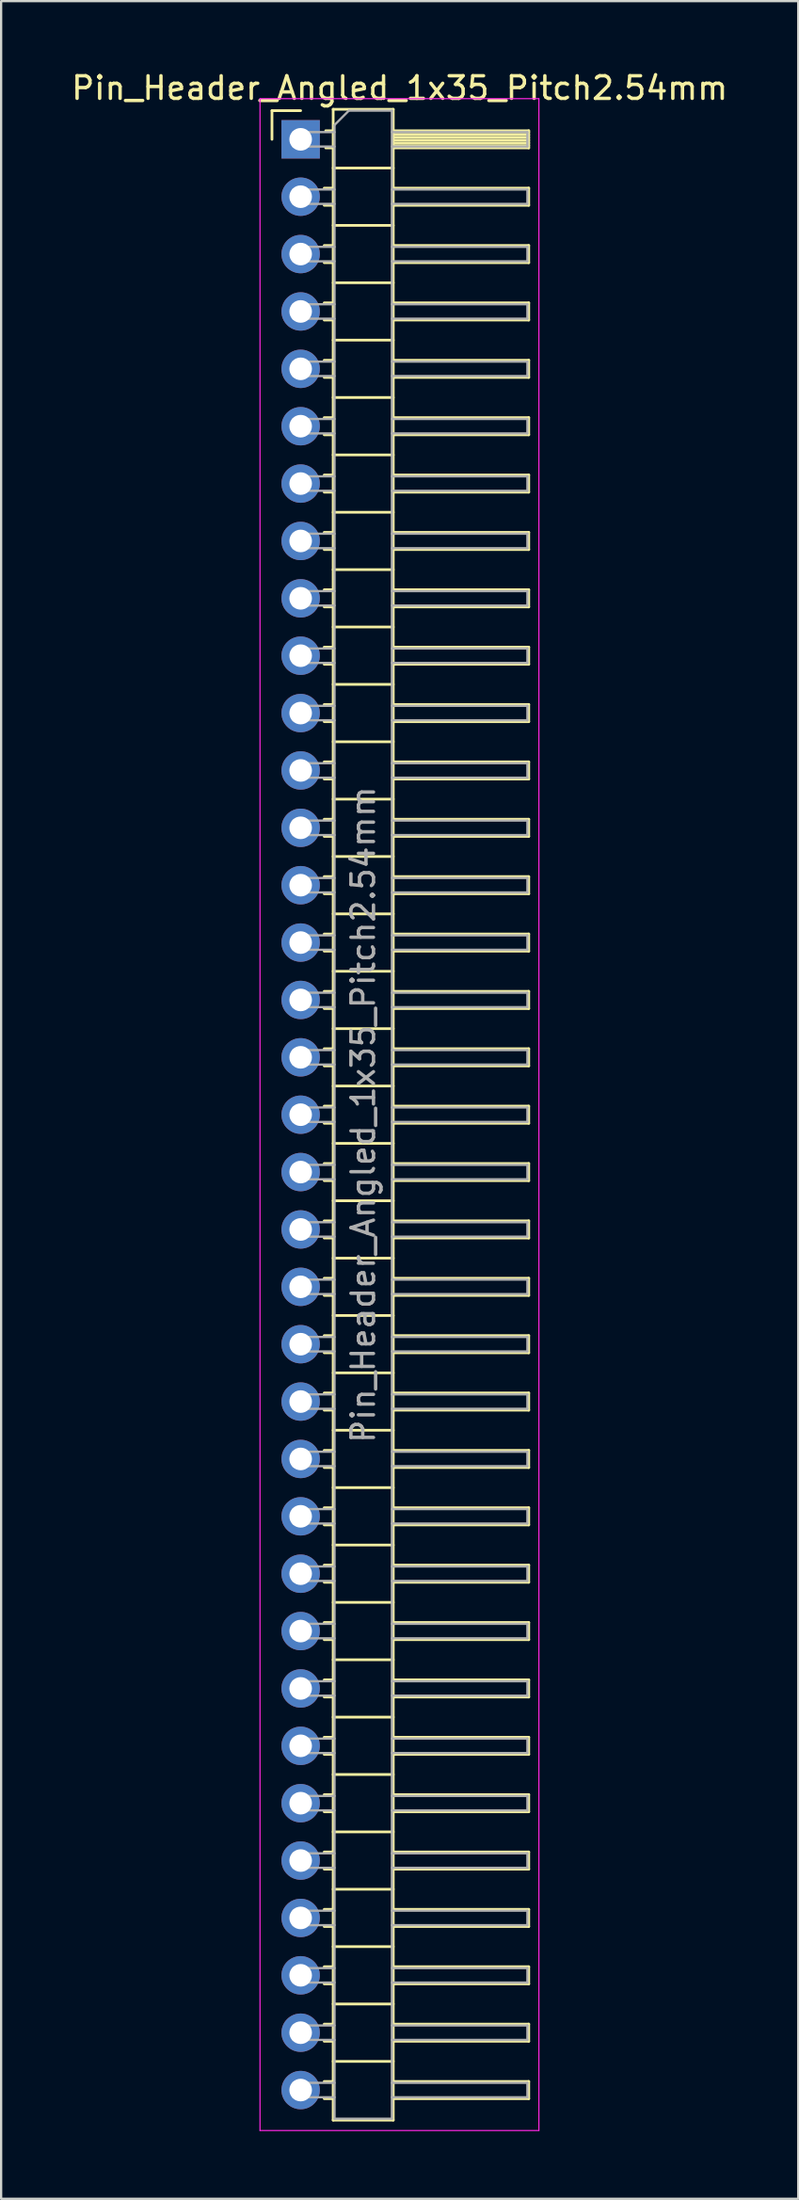
<source format=kicad_pcb>
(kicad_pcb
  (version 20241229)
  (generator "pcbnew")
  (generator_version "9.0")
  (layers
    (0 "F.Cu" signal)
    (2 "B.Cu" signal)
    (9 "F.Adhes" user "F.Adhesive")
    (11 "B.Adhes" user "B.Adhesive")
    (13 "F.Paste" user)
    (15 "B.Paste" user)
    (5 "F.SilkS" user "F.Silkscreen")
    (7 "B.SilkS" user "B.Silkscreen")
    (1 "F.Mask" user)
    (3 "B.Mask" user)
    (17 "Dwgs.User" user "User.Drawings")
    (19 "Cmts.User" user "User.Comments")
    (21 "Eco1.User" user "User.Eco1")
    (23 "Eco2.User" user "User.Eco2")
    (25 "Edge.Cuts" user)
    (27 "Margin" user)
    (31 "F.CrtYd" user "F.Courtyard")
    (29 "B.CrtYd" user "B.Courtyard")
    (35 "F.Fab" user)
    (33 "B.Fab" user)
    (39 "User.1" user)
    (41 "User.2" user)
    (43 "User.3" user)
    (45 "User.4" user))
  (footprint "Pin_Header_Angled_1x35_Pitch2.54mm"
    (layer "F.Cu")
    (at 10.264 3.118)
    (property "Reference" "Pin_Header_Angled_1x35_Pitch2.54mm" (at 4.385 -2.27 0) (layer "F.SilkS") (effects (font (size 1 1) (thickness 0.15))))
    (attr through_hole)
    (fp_line (start -1.27 -1.27) (end 0 -1.27) (stroke (width 0.12) (type solid)) (layer "F.SilkS"))
    (fp_line (start -1.27 0) (end -1.27 -1.27) (stroke (width 0.12) (type solid)) (layer "F.SilkS"))
    (fp_line (start 1.043 2.16) (end 1.44 2.16) (stroke (width 0.12) (type solid)) (layer "F.SilkS"))
    (fp_line (start 1.043 2.92) (end 1.44 2.92) (stroke (width 0.12) (type solid)) (layer "F.SilkS"))
    (fp_line (start 1.043 4.7) (end 1.44 4.7) (stroke (width 0.12) (type solid)) (layer "F.SilkS"))
    (fp_line (start 1.043 5.46) (end 1.44 5.46) (stroke (width 0.12) (type solid)) (layer "F.SilkS"))
    (fp_line (start 1.043 7.24) (end 1.44 7.24) (stroke (width 0.12) (type solid)) (layer "F.SilkS"))
    (fp_line (start 1.043 8) (end 1.44 8) (stroke (width 0.12) (type solid)) (layer "F.SilkS"))
    (fp_line (start 1.043 9.78) (end 1.44 9.78) (stroke (width 0.12) (type solid)) (layer "F.SilkS"))
    (fp_line (start 1.043 10.54) (end 1.44 10.54) (stroke (width 0.12) (type solid)) (layer "F.SilkS"))
    (fp_line (start 1.043 12.32) (end 1.44 12.32) (stroke (width 0.12) (type solid)) (layer "F.SilkS"))
    (fp_line (start 1.043 13.08) (end 1.44 13.08) (stroke (width 0.12) (type solid)) (layer "F.SilkS"))
    (fp_line (start 1.043 14.86) (end 1.44 14.86) (stroke (width 0.12) (type solid)) (layer "F.SilkS"))
    (fp_line (start 1.043 15.62) (end 1.44 15.62) (stroke (width 0.12) (type solid)) (layer "F.SilkS"))
    (fp_line (start 1.043 17.4) (end 1.44 17.4) (stroke (width 0.12) (type solid)) (layer "F.SilkS"))
    (fp_line (start 1.043 18.16) (end 1.44 18.16) (stroke (width 0.12) (type solid)) (layer "F.SilkS"))
    (fp_line (start 1.043 19.94) (end 1.44 19.94) (stroke (width 0.12) (type solid)) (layer "F.SilkS"))
    (fp_line (start 1.043 20.7) (end 1.44 20.7) (stroke (width 0.12) (type solid)) (layer "F.SilkS"))
    (fp_line (start 1.043 22.48) (end 1.44 22.48) (stroke (width 0.12) (type solid)) (layer "F.SilkS"))
    (fp_line (start 1.043 23.24) (end 1.44 23.24) (stroke (width 0.12) (type solid)) (layer "F.SilkS"))
    (fp_line (start 1.043 25.02) (end 1.44 25.02) (stroke (width 0.12) (type solid)) (layer "F.SilkS"))
    (fp_line (start 1.043 25.78) (end 1.44 25.78) (stroke (width 0.12) (type solid)) (layer "F.SilkS"))
    (fp_line (start 1.043 27.56) (end 1.44 27.56) (stroke (width 0.12) (type solid)) (layer "F.SilkS"))
    (fp_line (start 1.043 28.32) (end 1.44 28.32) (stroke (width 0.12) (type solid)) (layer "F.SilkS"))
    (fp_line (start 1.043 30.1) (end 1.44 30.1) (stroke (width 0.12) (type solid)) (layer "F.SilkS"))
    (fp_line (start 1.043 30.86) (end 1.44 30.86) (stroke (width 0.12) (type solid)) (layer "F.SilkS"))
    (fp_line (start 1.043 32.64) (end 1.44 32.64) (stroke (width 0.12) (type solid)) (layer "F.SilkS"))
    (fp_line (start 1.043 33.4) (end 1.44 33.4) (stroke (width 0.12) (type solid)) (layer "F.SilkS"))
    (fp_line (start 1.043 35.18) (end 1.44 35.18) (stroke (width 0.12) (type solid)) (layer "F.SilkS"))
    (fp_line (start 1.043 35.94) (end 1.44 35.94) (stroke (width 0.12) (type solid)) (layer "F.SilkS"))
    (fp_line (start 1.043 37.72) (end 1.44 37.72) (stroke (width 0.12) (type solid)) (layer "F.SilkS"))
    (fp_line (start 1.043 38.48) (end 1.44 38.48) (stroke (width 0.12) (type solid)) (layer "F.SilkS"))
    (fp_line (start 1.043 40.26) (end 1.44 40.26) (stroke (width 0.12) (type solid)) (layer "F.SilkS"))
    (fp_line (start 1.043 41.02) (end 1.44 41.02) (stroke (width 0.12) (type solid)) (layer "F.SilkS"))
    (fp_line (start 1.043 42.8) (end 1.44 42.8) (stroke (width 0.12) (type solid)) (layer "F.SilkS"))
    (fp_line (start 1.043 43.56) (end 1.44 43.56) (stroke (width 0.12) (type solid)) (layer "F.SilkS"))
    (fp_line (start 1.043 45.34) (end 1.44 45.34) (stroke (width 0.12) (type solid)) (layer "F.SilkS"))
    (fp_line (start 1.043 46.1) (end 1.44 46.1) (stroke (width 0.12) (type solid)) (layer "F.SilkS"))
    (fp_line (start 1.043 47.88) (end 1.44 47.88) (stroke (width 0.12) (type solid)) (layer "F.SilkS"))
    (fp_line (start 1.043 48.64) (end 1.44 48.64) (stroke (width 0.12) (type solid)) (layer "F.SilkS"))
    (fp_line (start 1.043 50.42) (end 1.44 50.42) (stroke (width 0.12) (type solid)) (layer "F.SilkS"))
    (fp_line (start 1.043 51.18) (end 1.44 51.18) (stroke (width 0.12) (type solid)) (layer "F.SilkS"))
    (fp_line (start 1.043 52.96) (end 1.44 52.96) (stroke (width 0.12) (type solid)) (layer "F.SilkS"))
    (fp_line (start 1.043 53.72) (end 1.44 53.72) (stroke (width 0.12) (type solid)) (layer "F.SilkS"))
    (fp_line (start 1.043 55.5) (end 1.44 55.5) (stroke (width 0.12) (type solid)) (layer "F.SilkS"))
    (fp_line (start 1.043 56.26) (end 1.44 56.26) (stroke (width 0.12) (type solid)) (layer "F.SilkS"))
    (fp_line (start 1.043 58.04) (end 1.44 58.04) (stroke (width 0.12) (type solid)) (layer "F.SilkS"))
    (fp_line (start 1.043 58.8) (end 1.44 58.8) (stroke (width 0.12) (type solid)) (layer "F.SilkS"))
    (fp_line (start 1.043 60.58) (end 1.44 60.58) (stroke (width 0.12) (type solid)) (layer "F.SilkS"))
    (fp_line (start 1.043 61.34) (end 1.44 61.34) (stroke (width 0.12) (type solid)) (layer "F.SilkS"))
    (fp_line (start 1.043 63.12) (end 1.44 63.12) (stroke (width 0.12) (type solid)) (layer "F.SilkS"))
    (fp_line (start 1.043 63.88) (end 1.44 63.88) (stroke (width 0.12) (type solid)) (layer "F.SilkS"))
    (fp_line (start 1.043 65.66) (end 1.44 65.66) (stroke (width 0.12) (type solid)) (layer "F.SilkS"))
    (fp_line (start 1.043 66.42) (end 1.44 66.42) (stroke (width 0.12) (type solid)) (layer "F.SilkS"))
    (fp_line (start 1.043 68.2) (end 1.44 68.2) (stroke (width 0.12) (type solid)) (layer "F.SilkS"))
    (fp_line (start 1.043 68.96) (end 1.44 68.96) (stroke (width 0.12) (type solid)) (layer "F.SilkS"))
    (fp_line (start 1.043 70.74) (end 1.44 70.74) (stroke (width 0.12) (type solid)) (layer "F.SilkS"))
    (fp_line (start 1.043 71.5) (end 1.44 71.5) (stroke (width 0.12) (type solid)) (layer "F.SilkS"))
    (fp_line (start 1.043 73.28) (end 1.44 73.28) (stroke (width 0.12) (type solid)) (layer "F.SilkS"))
    (fp_line (start 1.043 74.04) (end 1.44 74.04) (stroke (width 0.12) (type solid)) (layer "F.SilkS"))
    (fp_line (start 1.043 75.82) (end 1.44 75.82) (stroke (width 0.12) (type solid)) (layer "F.SilkS"))
    (fp_line (start 1.043 76.58) (end 1.44 76.58) (stroke (width 0.12) (type solid)) (layer "F.SilkS"))
    (fp_line (start 1.043 78.36) (end 1.44 78.36) (stroke (width 0.12) (type solid)) (layer "F.SilkS"))
    (fp_line (start 1.043 79.12) (end 1.44 79.12) (stroke (width 0.12) (type solid)) (layer "F.SilkS"))
    (fp_line (start 1.043 80.9) (end 1.44 80.9) (stroke (width 0.12) (type solid)) (layer "F.SilkS"))
    (fp_line (start 1.043 81.66) (end 1.44 81.66) (stroke (width 0.12) (type solid)) (layer "F.SilkS"))
    (fp_line (start 1.043 83.44) (end 1.44 83.44) (stroke (width 0.12) (type solid)) (layer "F.SilkS"))
    (fp_line (start 1.043 84.2) (end 1.44 84.2) (stroke (width 0.12) (type solid)) (layer "F.SilkS"))
    (fp_line (start 1.043 85.98) (end 1.44 85.98) (stroke (width 0.12) (type solid)) (layer "F.SilkS"))
    (fp_line (start 1.043 86.74) (end 1.44 86.74) (stroke (width 0.12) (type solid)) (layer "F.SilkS"))
    (fp_line (start 1.11 -0.38) (end 1.44 -0.38) (stroke (width 0.12) (type solid)) (layer "F.SilkS"))
    (fp_line (start 1.11 0.38) (end 1.44 0.38) (stroke (width 0.12) (type solid)) (layer "F.SilkS"))
    (fp_line (start 1.44 -1.33) (end 1.44 87.69) (stroke (width 0.12) (type solid)) (layer "F.SilkS"))
    (fp_line (start 1.44 1.27) (end 4.1 1.27) (stroke (width 0.12) (type solid)) (layer "F.SilkS"))
    (fp_line (start 1.44 3.81) (end 4.1 3.81) (stroke (width 0.12) (type solid)) (layer "F.SilkS"))
    (fp_line (start 1.44 6.35) (end 4.1 6.35) (stroke (width 0.12) (type solid)) (layer "F.SilkS"))
    (fp_line (start 1.44 8.89) (end 4.1 8.89) (stroke (width 0.12) (type solid)) (layer "F.SilkS"))
    (fp_line (start 1.44 11.43) (end 4.1 11.43) (stroke (width 0.12) (type solid)) (layer "F.SilkS"))
    (fp_line (start 1.44 13.97) (end 4.1 13.97) (stroke (width 0.12) (type solid)) (layer "F.SilkS"))
    (fp_line (start 1.44 16.51) (end 4.1 16.51) (stroke (width 0.12) (type solid)) (layer "F.SilkS"))
    (fp_line (start 1.44 19.05) (end 4.1 19.05) (stroke (width 0.12) (type solid)) (layer "F.SilkS"))
    (fp_line (start 1.44 21.59) (end 4.1 21.59) (stroke (width 0.12) (type solid)) (layer "F.SilkS"))
    (fp_line (start 1.44 24.13) (end 4.1 24.13) (stroke (width 0.12) (type solid)) (layer "F.SilkS"))
    (fp_line (start 1.44 26.67) (end 4.1 26.67) (stroke (width 0.12) (type solid)) (layer "F.SilkS"))
    (fp_line (start 1.44 29.21) (end 4.1 29.21) (stroke (width 0.12) (type solid)) (layer "F.SilkS"))
    (fp_line (start 1.44 31.75) (end 4.1 31.75) (stroke (width 0.12) (type solid)) (layer "F.SilkS"))
    (fp_line (start 1.44 34.29) (end 4.1 34.29) (stroke (width 0.12) (type solid)) (layer "F.SilkS"))
    (fp_line (start 1.44 36.83) (end 4.1 36.83) (stroke (width 0.12) (type solid)) (layer "F.SilkS"))
    (fp_line (start 1.44 39.37) (end 4.1 39.37) (stroke (width 0.12) (type solid)) (layer "F.SilkS"))
    (fp_line (start 1.44 41.91) (end 4.1 41.91) (stroke (width 0.12) (type solid)) (layer "F.SilkS"))
    (fp_line (start 1.44 44.45) (end 4.1 44.45) (stroke (width 0.12) (type solid)) (layer "F.SilkS"))
    (fp_line (start 1.44 46.99) (end 4.1 46.99) (stroke (width 0.12) (type solid)) (layer "F.SilkS"))
    (fp_line (start 1.44 49.53) (end 4.1 49.53) (stroke (width 0.12) (type solid)) (layer "F.SilkS"))
    (fp_line (start 1.44 52.07) (end 4.1 52.07) (stroke (width 0.12) (type solid)) (layer "F.SilkS"))
    (fp_line (start 1.44 54.61) (end 4.1 54.61) (stroke (width 0.12) (type solid)) (layer "F.SilkS"))
    (fp_line (start 1.44 57.15) (end 4.1 57.15) (stroke (width 0.12) (type solid)) (layer "F.SilkS"))
    (fp_line (start 1.44 59.69) (end 4.1 59.69) (stroke (width 0.12) (type solid)) (layer "F.SilkS"))
    (fp_line (start 1.44 62.23) (end 4.1 62.23) (stroke (width 0.12) (type solid)) (layer "F.SilkS"))
    (fp_line (start 1.44 64.77) (end 4.1 64.77) (stroke (width 0.12) (type solid)) (layer "F.SilkS"))
    (fp_line (start 1.44 67.31) (end 4.1 67.31) (stroke (width 0.12) (type solid)) (layer "F.SilkS"))
    (fp_line (start 1.44 69.85) (end 4.1 69.85) (stroke (width 0.12) (type solid)) (layer "F.SilkS"))
    (fp_line (start 1.44 72.39) (end 4.1 72.39) (stroke (width 0.12) (type solid)) (layer "F.SilkS"))
    (fp_line (start 1.44 74.93) (end 4.1 74.93) (stroke (width 0.12) (type solid)) (layer "F.SilkS"))
    (fp_line (start 1.44 77.47) (end 4.1 77.47) (stroke (width 0.12) (type solid)) (layer "F.SilkS"))
    (fp_line (start 1.44 80.01) (end 4.1 80.01) (stroke (width 0.12) (type solid)) (layer "F.SilkS"))
    (fp_line (start 1.44 82.55) (end 4.1 82.55) (stroke (width 0.12) (type solid)) (layer "F.SilkS"))
    (fp_line (start 1.44 85.09) (end 4.1 85.09) (stroke (width 0.12) (type solid)) (layer "F.SilkS"))
    (fp_line (start 1.44 87.69) (end 4.1 87.69) (stroke (width 0.12) (type solid)) (layer "F.SilkS"))
    (fp_line (start 4.1 -1.33) (end 1.44 -1.33) (stroke (width 0.12) (type solid)) (layer "F.SilkS"))
    (fp_line (start 4.1 -0.38) (end 10.1 -0.38) (stroke (width 0.12) (type solid)) (layer "F.SilkS"))
    (fp_line (start 4.1 -0.32) (end 10.1 -0.32) (stroke (width 0.12) (type solid)) (layer "F.SilkS"))
    (fp_line (start 4.1 -0.2) (end 10.1 -0.2) (stroke (width 0.12) (type solid)) (layer "F.SilkS"))
    (fp_line (start 4.1 -0.08) (end 10.1 -0.08) (stroke (width 0.12) (type solid)) (layer "F.SilkS"))
    (fp_line (start 4.1 0.04) (end 10.1 0.04) (stroke (width 0.12) (type solid)) (layer "F.SilkS"))
    (fp_line (start 4.1 0.16) (end 10.1 0.16) (stroke (width 0.12) (type solid)) (layer "F.SilkS"))
    (fp_line (start 4.1 0.28) (end 10.1 0.28) (stroke (width 0.12) (type solid)) (layer "F.SilkS"))
    (fp_line (start 4.1 2.16) (end 10.1 2.16) (stroke (width 0.12) (type solid)) (layer "F.SilkS"))
    (fp_line (start 4.1 4.7) (end 10.1 4.7) (stroke (width 0.12) (type solid)) (layer "F.SilkS"))
    (fp_line (start 4.1 7.24) (end 10.1 7.24) (stroke (width 0.12) (type solid)) (layer "F.SilkS"))
    (fp_line (start 4.1 9.78) (end 10.1 9.78) (stroke (width 0.12) (type solid)) (layer "F.SilkS"))
    (fp_line (start 4.1 12.32) (end 10.1 12.32) (stroke (width 0.12) (type solid)) (layer "F.SilkS"))
    (fp_line (start 4.1 14.86) (end 10.1 14.86) (stroke (width 0.12) (type solid)) (layer "F.SilkS"))
    (fp_line (start 4.1 17.4) (end 10.1 17.4) (stroke (width 0.12) (type solid)) (layer "F.SilkS"))
    (fp_line (start 4.1 19.94) (end 10.1 19.94) (stroke (width 0.12) (type solid)) (layer "F.SilkS"))
    (fp_line (start 4.1 22.48) (end 10.1 22.48) (stroke (width 0.12) (type solid)) (layer "F.SilkS"))
    (fp_line (start 4.1 25.02) (end 10.1 25.02) (stroke (width 0.12) (type solid)) (layer "F.SilkS"))
    (fp_line (start 4.1 27.56) (end 10.1 27.56) (stroke (width 0.12) (type solid)) (layer "F.SilkS"))
    (fp_line (start 4.1 30.1) (end 10.1 30.1) (stroke (width 0.12) (type solid)) (layer "F.SilkS"))
    (fp_line (start 4.1 32.64) (end 10.1 32.64) (stroke (width 0.12) (type solid)) (layer "F.SilkS"))
    (fp_line (start 4.1 35.18) (end 10.1 35.18) (stroke (width 0.12) (type solid)) (layer "F.SilkS"))
    (fp_line (start 4.1 37.72) (end 10.1 37.72) (stroke (width 0.12) (type solid)) (layer "F.SilkS"))
    (fp_line (start 4.1 40.26) (end 10.1 40.26) (stroke (width 0.12) (type solid)) (layer "F.SilkS"))
    (fp_line (start 4.1 42.8) (end 10.1 42.8) (stroke (width 0.12) (type solid)) (layer "F.SilkS"))
    (fp_line (start 4.1 45.34) (end 10.1 45.34) (stroke (width 0.12) (type solid)) (layer "F.SilkS"))
    (fp_line (start 4.1 47.88) (end 10.1 47.88) (stroke (width 0.12) (type solid)) (layer "F.SilkS"))
    (fp_line (start 4.1 50.42) (end 10.1 50.42) (stroke (width 0.12) (type solid)) (layer "F.SilkS"))
    (fp_line (start 4.1 52.96) (end 10.1 52.96) (stroke (width 0.12) (type solid)) (layer "F.SilkS"))
    (fp_line (start 4.1 55.5) (end 10.1 55.5) (stroke (width 0.12) (type solid)) (layer "F.SilkS"))
    (fp_line (start 4.1 58.04) (end 10.1 58.04) (stroke (width 0.12) (type solid)) (layer "F.SilkS"))
    (fp_line (start 4.1 60.58) (end 10.1 60.58) (stroke (width 0.12) (type solid)) (layer "F.SilkS"))
    (fp_line (start 4.1 63.12) (end 10.1 63.12) (stroke (width 0.12) (type solid)) (layer "F.SilkS"))
    (fp_line (start 4.1 65.66) (end 10.1 65.66) (stroke (width 0.12) (type solid)) (layer "F.SilkS"))
    (fp_line (start 4.1 68.2) (end 10.1 68.2) (stroke (width 0.12) (type solid)) (layer "F.SilkS"))
    (fp_line (start 4.1 70.74) (end 10.1 70.74) (stroke (width 0.12) (type solid)) (layer "F.SilkS"))
    (fp_line (start 4.1 73.28) (end 10.1 73.28) (stroke (width 0.12) (type solid)) (layer "F.SilkS"))
    (fp_line (start 4.1 75.82) (end 10.1 75.82) (stroke (width 0.12) (type solid)) (layer "F.SilkS"))
    (fp_line (start 4.1 78.36) (end 10.1 78.36) (stroke (width 0.12) (type solid)) (layer "F.SilkS"))
    (fp_line (start 4.1 80.9) (end 10.1 80.9) (stroke (width 0.12) (type solid)) (layer "F.SilkS"))
    (fp_line (start 4.1 83.44) (end 10.1 83.44) (stroke (width 0.12) (type solid)) (layer "F.SilkS"))
    (fp_line (start 4.1 85.98) (end 10.1 85.98) (stroke (width 0.12) (type solid)) (layer "F.SilkS"))
    (fp_line (start 4.1 87.69) (end 4.1 -1.33) (stroke (width 0.12) (type solid)) (layer "F.SilkS"))
    (fp_line (start 10.1 -0.38) (end 10.1 0.38) (stroke (width 0.12) (type solid)) (layer "F.SilkS"))
    (fp_line (start 10.1 0.38) (end 4.1 0.38) (stroke (width 0.12) (type solid)) (layer "F.SilkS"))
    (fp_line (start 10.1 2.16) (end 10.1 2.92) (stroke (width 0.12) (type solid)) (layer "F.SilkS"))
    (fp_line (start 10.1 2.92) (end 4.1 2.92) (stroke (width 0.12) (type solid)) (layer "F.SilkS"))
    (fp_line (start 10.1 4.7) (end 10.1 5.46) (stroke (width 0.12) (type solid)) (layer "F.SilkS"))
    (fp_line (start 10.1 5.46) (end 4.1 5.46) (stroke (width 0.12) (type solid)) (layer "F.SilkS"))
    (fp_line (start 10.1 7.24) (end 10.1 8) (stroke (width 0.12) (type solid)) (layer "F.SilkS"))
    (fp_line (start 10.1 8) (end 4.1 8) (stroke (width 0.12) (type solid)) (layer "F.SilkS"))
    (fp_line (start 10.1 9.78) (end 10.1 10.54) (stroke (width 0.12) (type solid)) (layer "F.SilkS"))
    (fp_line (start 10.1 10.54) (end 4.1 10.54) (stroke (width 0.12) (type solid)) (layer "F.SilkS"))
    (fp_line (start 10.1 12.32) (end 10.1 13.08) (stroke (width 0.12) (type solid)) (layer "F.SilkS"))
    (fp_line (start 10.1 13.08) (end 4.1 13.08) (stroke (width 0.12) (type solid)) (layer "F.SilkS"))
    (fp_line (start 10.1 14.86) (end 10.1 15.62) (stroke (width 0.12) (type solid)) (layer "F.SilkS"))
    (fp_line (start 10.1 15.62) (end 4.1 15.62) (stroke (width 0.12) (type solid)) (layer "F.SilkS"))
    (fp_line (start 10.1 17.4) (end 10.1 18.16) (stroke (width 0.12) (type solid)) (layer "F.SilkS"))
    (fp_line (start 10.1 18.16) (end 4.1 18.16) (stroke (width 0.12) (type solid)) (layer "F.SilkS"))
    (fp_line (start 10.1 19.94) (end 10.1 20.7) (stroke (width 0.12) (type solid)) (layer "F.SilkS"))
    (fp_line (start 10.1 20.7) (end 4.1 20.7) (stroke (width 0.12) (type solid)) (layer "F.SilkS"))
    (fp_line (start 10.1 22.48) (end 10.1 23.24) (stroke (width 0.12) (type solid)) (layer "F.SilkS"))
    (fp_line (start 10.1 23.24) (end 4.1 23.24) (stroke (width 0.12) (type solid)) (layer "F.SilkS"))
    (fp_line (start 10.1 25.02) (end 10.1 25.78) (stroke (width 0.12) (type solid)) (layer "F.SilkS"))
    (fp_line (start 10.1 25.78) (end 4.1 25.78) (stroke (width 0.12) (type solid)) (layer "F.SilkS"))
    (fp_line (start 10.1 27.56) (end 10.1 28.32) (stroke (width 0.12) (type solid)) (layer "F.SilkS"))
    (fp_line (start 10.1 28.32) (end 4.1 28.32) (stroke (width 0.12) (type solid)) (layer "F.SilkS"))
    (fp_line (start 10.1 30.1) (end 10.1 30.86) (stroke (width 0.12) (type solid)) (layer "F.SilkS"))
    (fp_line (start 10.1 30.86) (end 4.1 30.86) (stroke (width 0.12) (type solid)) (layer "F.SilkS"))
    (fp_line (start 10.1 32.64) (end 10.1 33.4) (stroke (width 0.12) (type solid)) (layer "F.SilkS"))
    (fp_line (start 10.1 33.4) (end 4.1 33.4) (stroke (width 0.12) (type solid)) (layer "F.SilkS"))
    (fp_line (start 10.1 35.18) (end 10.1 35.94) (stroke (width 0.12) (type solid)) (layer "F.SilkS"))
    (fp_line (start 10.1 35.94) (end 4.1 35.94) (stroke (width 0.12) (type solid)) (layer "F.SilkS"))
    (fp_line (start 10.1 37.72) (end 10.1 38.48) (stroke (width 0.12) (type solid)) (layer "F.SilkS"))
    (fp_line (start 10.1 38.48) (end 4.1 38.48) (stroke (width 0.12) (type solid)) (layer "F.SilkS"))
    (fp_line (start 10.1 40.26) (end 10.1 41.02) (stroke (width 0.12) (type solid)) (layer "F.SilkS"))
    (fp_line (start 10.1 41.02) (end 4.1 41.02) (stroke (width 0.12) (type solid)) (layer "F.SilkS"))
    (fp_line (start 10.1 42.8) (end 10.1 43.56) (stroke (width 0.12) (type solid)) (layer "F.SilkS"))
    (fp_line (start 10.1 43.56) (end 4.1 43.56) (stroke (width 0.12) (type solid)) (layer "F.SilkS"))
    (fp_line (start 10.1 45.34) (end 10.1 46.1) (stroke (width 0.12) (type solid)) (layer "F.SilkS"))
    (fp_line (start 10.1 46.1) (end 4.1 46.1) (stroke (width 0.12) (type solid)) (layer "F.SilkS"))
    (fp_line (start 10.1 47.88) (end 10.1 48.64) (stroke (width 0.12) (type solid)) (layer "F.SilkS"))
    (fp_line (start 10.1 48.64) (end 4.1 48.64) (stroke (width 0.12) (type solid)) (layer "F.SilkS"))
    (fp_line (start 10.1 50.42) (end 10.1 51.18) (stroke (width 0.12) (type solid)) (layer "F.SilkS"))
    (fp_line (start 10.1 51.18) (end 4.1 51.18) (stroke (width 0.12) (type solid)) (layer "F.SilkS"))
    (fp_line (start 10.1 52.96) (end 10.1 53.72) (stroke (width 0.12) (type solid)) (layer "F.SilkS"))
    (fp_line (start 10.1 53.72) (end 4.1 53.72) (stroke (width 0.12) (type solid)) (layer "F.SilkS"))
    (fp_line (start 10.1 55.5) (end 10.1 56.26) (stroke (width 0.12) (type solid)) (layer "F.SilkS"))
    (fp_line (start 10.1 56.26) (end 4.1 56.26) (stroke (width 0.12) (type solid)) (layer "F.SilkS"))
    (fp_line (start 10.1 58.04) (end 10.1 58.8) (stroke (width 0.12) (type solid)) (layer "F.SilkS"))
    (fp_line (start 10.1 58.8) (end 4.1 58.8) (stroke (width 0.12) (type solid)) (layer "F.SilkS"))
    (fp_line (start 10.1 60.58) (end 10.1 61.34) (stroke (width 0.12) (type solid)) (layer "F.SilkS"))
    (fp_line (start 10.1 61.34) (end 4.1 61.34) (stroke (width 0.12) (type solid)) (layer "F.SilkS"))
    (fp_line (start 10.1 63.12) (end 10.1 63.88) (stroke (width 0.12) (type solid)) (layer "F.SilkS"))
    (fp_line (start 10.1 63.88) (end 4.1 63.88) (stroke (width 0.12) (type solid)) (layer "F.SilkS"))
    (fp_line (start 10.1 65.66) (end 10.1 66.42) (stroke (width 0.12) (type solid)) (layer "F.SilkS"))
    (fp_line (start 10.1 66.42) (end 4.1 66.42) (stroke (width 0.12) (type solid)) (layer "F.SilkS"))
    (fp_line (start 10.1 68.2) (end 10.1 68.96) (stroke (width 0.12) (type solid)) (layer "F.SilkS"))
    (fp_line (start 10.1 68.96) (end 4.1 68.96) (stroke (width 0.12) (type solid)) (layer "F.SilkS"))
    (fp_line (start 10.1 70.74) (end 10.1 71.5) (stroke (width 0.12) (type solid)) (layer "F.SilkS"))
    (fp_line (start 10.1 71.5) (end 4.1 71.5) (stroke (width 0.12) (type solid)) (layer "F.SilkS"))
    (fp_line (start 10.1 73.28) (end 10.1 74.04) (stroke (width 0.12) (type solid)) (layer "F.SilkS"))
    (fp_line (start 10.1 74.04) (end 4.1 74.04) (stroke (width 0.12) (type solid)) (layer "F.SilkS"))
    (fp_line (start 10.1 75.82) (end 10.1 76.58) (stroke (width 0.12) (type solid)) (layer "F.SilkS"))
    (fp_line (start 10.1 76.58) (end 4.1 76.58) (stroke (width 0.12) (type solid)) (layer "F.SilkS"))
    (fp_line (start 10.1 78.36) (end 10.1 79.12) (stroke (width 0.12) (type solid)) (layer "F.SilkS"))
    (fp_line (start 10.1 79.12) (end 4.1 79.12) (stroke (width 0.12) (type solid)) (layer "F.SilkS"))
    (fp_line (start 10.1 80.9) (end 10.1 81.66) (stroke (width 0.12) (type solid)) (layer "F.SilkS"))
    (fp_line (start 10.1 81.66) (end 4.1 81.66) (stroke (width 0.12) (type solid)) (layer "F.SilkS"))
    (fp_line (start 10.1 83.44) (end 10.1 84.2) (stroke (width 0.12) (type solid)) (layer "F.SilkS"))
    (fp_line (start 10.1 84.2) (end 4.1 84.2) (stroke (width 0.12) (type solid)) (layer "F.SilkS"))
    (fp_line (start 10.1 85.98) (end 10.1 86.74) (stroke (width 0.12) (type solid)) (layer "F.SilkS"))
    (fp_line (start 10.1 86.74) (end 4.1 86.74) (stroke (width 0.12) (type solid)) (layer "F.SilkS"))
    (fp_line (start -1.8 -1.8) (end -1.8 88.15) (stroke (width 0.05) (type solid)) (layer "F.CrtYd"))
    (fp_line (start -1.8 88.15) (end 10.55 88.15) (stroke (width 0.05) (type solid)) (layer "F.CrtYd"))
    (fp_line (start 10.55 -1.8) (end -1.8 -1.8) (stroke (width 0.05) (type solid)) (layer "F.CrtYd"))
    (fp_line (start 10.55 88.15) (end 10.55 -1.8) (stroke (width 0.05) (type solid)) (layer "F.CrtYd"))
    (fp_line (start -0.32 -0.32) (end -0.32 0.32) (stroke (width 0.1) (type solid)) (layer "F.Fab"))
    (fp_line (start -0.32 -0.32) (end 1.5 -0.32) (stroke (width 0.1) (type solid)) (layer "F.Fab"))
    (fp_line (start -0.32 0.32) (end 1.5 0.32) (stroke (width 0.1) (type solid)) (layer "F.Fab"))
    (fp_line (start -0.32 2.22) (end -0.32 2.86) (stroke (width 0.1) (type solid)) (layer "F.Fab"))
    (fp_line (start -0.32 2.22) (end 1.5 2.22) (stroke (width 0.1) (type solid)) (layer "F.Fab"))
    (fp_line (start -0.32 2.86) (end 1.5 2.86) (stroke (width 0.1) (type solid)) (layer "F.Fab"))
    (fp_line (start -0.32 4.76) (end -0.32 5.4) (stroke (width 0.1) (type solid)) (layer "F.Fab"))
    (fp_line (start -0.32 4.76) (end 1.5 4.76) (stroke (width 0.1) (type solid)) (layer "F.Fab"))
    (fp_line (start -0.32 5.4) (end 1.5 5.4) (stroke (width 0.1) (type solid)) (layer "F.Fab"))
    (fp_line (start -0.32 7.3) (end -0.32 7.94) (stroke (width 0.1) (type solid)) (layer "F.Fab"))
    (fp_line (start -0.32 7.3) (end 1.5 7.3) (stroke (width 0.1) (type solid)) (layer "F.Fab"))
    (fp_line (start -0.32 7.94) (end 1.5 7.94) (stroke (width 0.1) (type solid)) (layer "F.Fab"))
    (fp_line (start -0.32 9.84) (end -0.32 10.48) (stroke (width 0.1) (type solid)) (layer "F.Fab"))
    (fp_line (start -0.32 9.84) (end 1.5 9.84) (stroke (width 0.1) (type solid)) (layer "F.Fab"))
    (fp_line (start -0.32 10.48) (end 1.5 10.48) (stroke (width 0.1) (type solid)) (layer "F.Fab"))
    (fp_line (start -0.32 12.38) (end -0.32 13.02) (stroke (width 0.1) (type solid)) (layer "F.Fab"))
    (fp_line (start -0.32 12.38) (end 1.5 12.38) (stroke (width 0.1) (type solid)) (layer "F.Fab"))
    (fp_line (start -0.32 13.02) (end 1.5 13.02) (stroke (width 0.1) (type solid)) (layer "F.Fab"))
    (fp_line (start -0.32 14.92) (end -0.32 15.56) (stroke (width 0.1) (type solid)) (layer "F.Fab"))
    (fp_line (start -0.32 14.92) (end 1.5 14.92) (stroke (width 0.1) (type solid)) (layer "F.Fab"))
    (fp_line (start -0.32 15.56) (end 1.5 15.56) (stroke (width 0.1) (type solid)) (layer "F.Fab"))
    (fp_line (start -0.32 17.46) (end -0.32 18.1) (stroke (width 0.1) (type solid)) (layer "F.Fab"))
    (fp_line (start -0.32 17.46) (end 1.5 17.46) (stroke (width 0.1) (type solid)) (layer "F.Fab"))
    (fp_line (start -0.32 18.1) (end 1.5 18.1) (stroke (width 0.1) (type solid)) (layer "F.Fab"))
    (fp_line (start -0.32 20) (end -0.32 20.64) (stroke (width 0.1) (type solid)) (layer "F.Fab"))
    (fp_line (start -0.32 20) (end 1.5 20) (stroke (width 0.1) (type solid)) (layer "F.Fab"))
    (fp_line (start -0.32 20.64) (end 1.5 20.64) (stroke (width 0.1) (type solid)) (layer "F.Fab"))
    (fp_line (start -0.32 22.54) (end -0.32 23.18) (stroke (width 0.1) (type solid)) (layer "F.Fab"))
    (fp_line (start -0.32 22.54) (end 1.5 22.54) (stroke (width 0.1) (type solid)) (layer "F.Fab"))
    (fp_line (start -0.32 23.18) (end 1.5 23.18) (stroke (width 0.1) (type solid)) (layer "F.Fab"))
    (fp_line (start -0.32 25.08) (end -0.32 25.72) (stroke (width 0.1) (type solid)) (layer "F.Fab"))
    (fp_line (start -0.32 25.08) (end 1.5 25.08) (stroke (width 0.1) (type solid)) (layer "F.Fab"))
    (fp_line (start -0.32 25.72) (end 1.5 25.72) (stroke (width 0.1) (type solid)) (layer "F.Fab"))
    (fp_line (start -0.32 27.62) (end -0.32 28.26) (stroke (width 0.1) (type solid)) (layer "F.Fab"))
    (fp_line (start -0.32 27.62) (end 1.5 27.62) (stroke (width 0.1) (type solid)) (layer "F.Fab"))
    (fp_line (start -0.32 28.26) (end 1.5 28.26) (stroke (width 0.1) (type solid)) (layer "F.Fab"))
    (fp_line (start -0.32 30.16) (end -0.32 30.8) (stroke (width 0.1) (type solid)) (layer "F.Fab"))
    (fp_line (start -0.32 30.16) (end 1.5 30.16) (stroke (width 0.1) (type solid)) (layer "F.Fab"))
    (fp_line (start -0.32 30.8) (end 1.5 30.8) (stroke (width 0.1) (type solid)) (layer "F.Fab"))
    (fp_line (start -0.32 32.7) (end -0.32 33.34) (stroke (width 0.1) (type solid)) (layer "F.Fab"))
    (fp_line (start -0.32 32.7) (end 1.5 32.7) (stroke (width 0.1) (type solid)) (layer "F.Fab"))
    (fp_line (start -0.32 33.34) (end 1.5 33.34) (stroke (width 0.1) (type solid)) (layer "F.Fab"))
    (fp_line (start -0.32 35.24) (end -0.32 35.88) (stroke (width 0.1) (type solid)) (layer "F.Fab"))
    (fp_line (start -0.32 35.24) (end 1.5 35.24) (stroke (width 0.1) (type solid)) (layer "F.Fab"))
    (fp_line (start -0.32 35.88) (end 1.5 35.88) (stroke (width 0.1) (type solid)) (layer "F.Fab"))
    (fp_line (start -0.32 37.78) (end -0.32 38.42) (stroke (width 0.1) (type solid)) (layer "F.Fab"))
    (fp_line (start -0.32 37.78) (end 1.5 37.78) (stroke (width 0.1) (type solid)) (layer "F.Fab"))
    (fp_line (start -0.32 38.42) (end 1.5 38.42) (stroke (width 0.1) (type solid)) (layer "F.Fab"))
    (fp_line (start -0.32 40.32) (end -0.32 40.96) (stroke (width 0.1) (type solid)) (layer "F.Fab"))
    (fp_line (start -0.32 40.32) (end 1.5 40.32) (stroke (width 0.1) (type solid)) (layer "F.Fab"))
    (fp_line (start -0.32 40.96) (end 1.5 40.96) (stroke (width 0.1) (type solid)) (layer "F.Fab"))
    (fp_line (start -0.32 42.86) (end -0.32 43.5) (stroke (width 0.1) (type solid)) (layer "F.Fab"))
    (fp_line (start -0.32 42.86) (end 1.5 42.86) (stroke (width 0.1) (type solid)) (layer "F.Fab"))
    (fp_line (start -0.32 43.5) (end 1.5 43.5) (stroke (width 0.1) (type solid)) (layer "F.Fab"))
    (fp_line (start -0.32 45.4) (end -0.32 46.04) (stroke (width 0.1) (type solid)) (layer "F.Fab"))
    (fp_line (start -0.32 45.4) (end 1.5 45.4) (stroke (width 0.1) (type solid)) (layer "F.Fab"))
    (fp_line (start -0.32 46.04) (end 1.5 46.04) (stroke (width 0.1) (type solid)) (layer "F.Fab"))
    (fp_line (start -0.32 47.94) (end -0.32 48.58) (stroke (width 0.1) (type solid)) (layer "F.Fab"))
    (fp_line (start -0.32 47.94) (end 1.5 47.94) (stroke (width 0.1) (type solid)) (layer "F.Fab"))
    (fp_line (start -0.32 48.58) (end 1.5 48.58) (stroke (width 0.1) (type solid)) (layer "F.Fab"))
    (fp_line (start -0.32 50.48) (end -0.32 51.12) (stroke (width 0.1) (type solid)) (layer "F.Fab"))
    (fp_line (start -0.32 50.48) (end 1.5 50.48) (stroke (width 0.1) (type solid)) (layer "F.Fab"))
    (fp_line (start -0.32 51.12) (end 1.5 51.12) (stroke (width 0.1) (type solid)) (layer "F.Fab"))
    (fp_line (start -0.32 53.02) (end -0.32 53.66) (stroke (width 0.1) (type solid)) (layer "F.Fab"))
    (fp_line (start -0.32 53.02) (end 1.5 53.02) (stroke (width 0.1) (type solid)) (layer "F.Fab"))
    (fp_line (start -0.32 53.66) (end 1.5 53.66) (stroke (width 0.1) (type solid)) (layer "F.Fab"))
    (fp_line (start -0.32 55.56) (end -0.32 56.2) (stroke (width 0.1) (type solid)) (layer "F.Fab"))
    (fp_line (start -0.32 55.56) (end 1.5 55.56) (stroke (width 0.1) (type solid)) (layer "F.Fab"))
    (fp_line (start -0.32 56.2) (end 1.5 56.2) (stroke (width 0.1) (type solid)) (layer "F.Fab"))
    (fp_line (start -0.32 58.1) (end -0.32 58.74) (stroke (width 0.1) (type solid)) (layer "F.Fab"))
    (fp_line (start -0.32 58.1) (end 1.5 58.1) (stroke (width 0.1) (type solid)) (layer "F.Fab"))
    (fp_line (start -0.32 58.74) (end 1.5 58.74) (stroke (width 0.1) (type solid)) (layer "F.Fab"))
    (fp_line (start -0.32 60.64) (end -0.32 61.28) (stroke (width 0.1) (type solid)) (layer "F.Fab"))
    (fp_line (start -0.32 60.64) (end 1.5 60.64) (stroke (width 0.1) (type solid)) (layer "F.Fab"))
    (fp_line (start -0.32 61.28) (end 1.5 61.28) (stroke (width 0.1) (type solid)) (layer "F.Fab"))
    (fp_line (start -0.32 63.18) (end -0.32 63.82) (stroke (width 0.1) (type solid)) (layer "F.Fab"))
    (fp_line (start -0.32 63.18) (end 1.5 63.18) (stroke (width 0.1) (type solid)) (layer "F.Fab"))
    (fp_line (start -0.32 63.82) (end 1.5 63.82) (stroke (width 0.1) (type solid)) (layer "F.Fab"))
    (fp_line (start -0.32 65.72) (end -0.32 66.36) (stroke (width 0.1) (type solid)) (layer "F.Fab"))
    (fp_line (start -0.32 65.72) (end 1.5 65.72) (stroke (width 0.1) (type solid)) (layer "F.Fab"))
    (fp_line (start -0.32 66.36) (end 1.5 66.36) (stroke (width 0.1) (type solid)) (layer "F.Fab"))
    (fp_line (start -0.32 68.26) (end -0.32 68.9) (stroke (width 0.1) (type solid)) (layer "F.Fab"))
    (fp_line (start -0.32 68.26) (end 1.5 68.26) (stroke (width 0.1) (type solid)) (layer "F.Fab"))
    (fp_line (start -0.32 68.9) (end 1.5 68.9) (stroke (width 0.1) (type solid)) (layer "F.Fab"))
    (fp_line (start -0.32 70.8) (end -0.32 71.44) (stroke (width 0.1) (type solid)) (layer "F.Fab"))
    (fp_line (start -0.32 70.8) (end 1.5 70.8) (stroke (width 0.1) (type solid)) (layer "F.Fab"))
    (fp_line (start -0.32 71.44) (end 1.5 71.44) (stroke (width 0.1) (type solid)) (layer "F.Fab"))
    (fp_line (start -0.32 73.34) (end -0.32 73.98) (stroke (width 0.1) (type solid)) (layer "F.Fab"))
    (fp_line (start -0.32 73.34) (end 1.5 73.34) (stroke (width 0.1) (type solid)) (layer "F.Fab"))
    (fp_line (start -0.32 73.98) (end 1.5 73.98) (stroke (width 0.1) (type solid)) (layer "F.Fab"))
    (fp_line (start -0.32 75.88) (end -0.32 76.52) (stroke (width 0.1) (type solid)) (layer "F.Fab"))
    (fp_line (start -0.32 75.88) (end 1.5 75.88) (stroke (width 0.1) (type solid)) (layer "F.Fab"))
    (fp_line (start -0.32 76.52) (end 1.5 76.52) (stroke (width 0.1) (type solid)) (layer "F.Fab"))
    (fp_line (start -0.32 78.42) (end -0.32 79.06) (stroke (width 0.1) (type solid)) (layer "F.Fab"))
    (fp_line (start -0.32 78.42) (end 1.5 78.42) (stroke (width 0.1) (type solid)) (layer "F.Fab"))
    (fp_line (start -0.32 79.06) (end 1.5 79.06) (stroke (width 0.1) (type solid)) (layer "F.Fab"))
    (fp_line (start -0.32 80.96) (end -0.32 81.6) (stroke (width 0.1) (type solid)) (layer "F.Fab"))
    (fp_line (start -0.32 80.96) (end 1.5 80.96) (stroke (width 0.1) (type solid)) (layer "F.Fab"))
    (fp_line (start -0.32 81.6) (end 1.5 81.6) (stroke (width 0.1) (type solid)) (layer "F.Fab"))
    (fp_line (start -0.32 83.5) (end -0.32 84.14) (stroke (width 0.1) (type solid)) (layer "F.Fab"))
    (fp_line (start -0.32 83.5) (end 1.5 83.5) (stroke (width 0.1) (type solid)) (layer "F.Fab"))
    (fp_line (start -0.32 84.14) (end 1.5 84.14) (stroke (width 0.1) (type solid)) (layer "F.Fab"))
    (fp_line (start -0.32 86.04) (end -0.32 86.68) (stroke (width 0.1) (type solid)) (layer "F.Fab"))
    (fp_line (start -0.32 86.04) (end 1.5 86.04) (stroke (width 0.1) (type solid)) (layer "F.Fab"))
    (fp_line (start -0.32 86.68) (end 1.5 86.68) (stroke (width 0.1) (type solid)) (layer "F.Fab"))
    (fp_line (start 1.5 -0.635) (end 2.135 -1.27) (stroke (width 0.1) (type solid)) (layer "F.Fab"))
    (fp_line (start 1.5 87.63) (end 1.5 -0.635) (stroke (width 0.1) (type solid)) (layer "F.Fab"))
    (fp_line (start 2.135 -1.27) (end 4.04 -1.27) (stroke (width 0.1) (type solid)) (layer "F.Fab"))
    (fp_line (start 4.04 -1.27) (end 4.04 87.63) (stroke (width 0.1) (type solid)) (layer "F.Fab"))
    (fp_line (start 4.04 -0.32) (end 10.04 -0.32) (stroke (width 0.1) (type solid)) (layer "F.Fab"))
    (fp_line (start 4.04 0.32) (end 10.04 0.32) (stroke (width 0.1) (type solid)) (layer "F.Fab"))
    (fp_line (start 4.04 2.22) (end 10.04 2.22) (stroke (width 0.1) (type solid)) (layer "F.Fab"))
    (fp_line (start 4.04 2.86) (end 10.04 2.86) (stroke (width 0.1) (type solid)) (layer "F.Fab"))
    (fp_line (start 4.04 4.76) (end 10.04 4.76) (stroke (width 0.1) (type solid)) (layer "F.Fab"))
    (fp_line (start 4.04 5.4) (end 10.04 5.4) (stroke (width 0.1) (type solid)) (layer "F.Fab"))
    (fp_line (start 4.04 7.3) (end 10.04 7.3) (stroke (width 0.1) (type solid)) (layer "F.Fab"))
    (fp_line (start 4.04 7.94) (end 10.04 7.94) (stroke (width 0.1) (type solid)) (layer "F.Fab"))
    (fp_line (start 4.04 9.84) (end 10.04 9.84) (stroke (width 0.1) (type solid)) (layer "F.Fab"))
    (fp_line (start 4.04 10.48) (end 10.04 10.48) (stroke (width 0.1) (type solid)) (layer "F.Fab"))
    (fp_line (start 4.04 12.38) (end 10.04 12.38) (stroke (width 0.1) (type solid)) (layer "F.Fab"))
    (fp_line (start 4.04 13.02) (end 10.04 13.02) (stroke (width 0.1) (type solid)) (layer "F.Fab"))
    (fp_line (start 4.04 14.92) (end 10.04 14.92) (stroke (width 0.1) (type solid)) (layer "F.Fab"))
    (fp_line (start 4.04 15.56) (end 10.04 15.56) (stroke (width 0.1) (type solid)) (layer "F.Fab"))
    (fp_line (start 4.04 17.46) (end 10.04 17.46) (stroke (width 0.1) (type solid)) (layer "F.Fab"))
    (fp_line (start 4.04 18.1) (end 10.04 18.1) (stroke (width 0.1) (type solid)) (layer "F.Fab"))
    (fp_line (start 4.04 20) (end 10.04 20) (stroke (width 0.1) (type solid)) (layer "F.Fab"))
    (fp_line (start 4.04 20.64) (end 10.04 20.64) (stroke (width 0.1) (type solid)) (layer "F.Fab"))
    (fp_line (start 4.04 22.54) (end 10.04 22.54) (stroke (width 0.1) (type solid)) (layer "F.Fab"))
    (fp_line (start 4.04 23.18) (end 10.04 23.18) (stroke (width 0.1) (type solid)) (layer "F.Fab"))
    (fp_line (start 4.04 25.08) (end 10.04 25.08) (stroke (width 0.1) (type solid)) (layer "F.Fab"))
    (fp_line (start 4.04 25.72) (end 10.04 25.72) (stroke (width 0.1) (type solid)) (layer "F.Fab"))
    (fp_line (start 4.04 27.62) (end 10.04 27.62) (stroke (width 0.1) (type solid)) (layer "F.Fab"))
    (fp_line (start 4.04 28.26) (end 10.04 28.26) (stroke (width 0.1) (type solid)) (layer "F.Fab"))
    (fp_line (start 4.04 30.16) (end 10.04 30.16) (stroke (width 0.1) (type solid)) (layer "F.Fab"))
    (fp_line (start 4.04 30.8) (end 10.04 30.8) (stroke (width 0.1) (type solid)) (layer "F.Fab"))
    (fp_line (start 4.04 32.7) (end 10.04 32.7) (stroke (width 0.1) (type solid)) (layer "F.Fab"))
    (fp_line (start 4.04 33.34) (end 10.04 33.34) (stroke (width 0.1) (type solid)) (layer "F.Fab"))
    (fp_line (start 4.04 35.24) (end 10.04 35.24) (stroke (width 0.1) (type solid)) (layer "F.Fab"))
    (fp_line (start 4.04 35.88) (end 10.04 35.88) (stroke (width 0.1) (type solid)) (layer "F.Fab"))
    (fp_line (start 4.04 37.78) (end 10.04 37.78) (stroke (width 0.1) (type solid)) (layer "F.Fab"))
    (fp_line (start 4.04 38.42) (end 10.04 38.42) (stroke (width 0.1) (type solid)) (layer "F.Fab"))
    (fp_line (start 4.04 40.32) (end 10.04 40.32) (stroke (width 0.1) (type solid)) (layer "F.Fab"))
    (fp_line (start 4.04 40.96) (end 10.04 40.96) (stroke (width 0.1) (type solid)) (layer "F.Fab"))
    (fp_line (start 4.04 42.86) (end 10.04 42.86) (stroke (width 0.1) (type solid)) (layer "F.Fab"))
    (fp_line (start 4.04 43.5) (end 10.04 43.5) (stroke (width 0.1) (type solid)) (layer "F.Fab"))
    (fp_line (start 4.04 45.4) (end 10.04 45.4) (stroke (width 0.1) (type solid)) (layer "F.Fab"))
    (fp_line (start 4.04 46.04) (end 10.04 46.04) (stroke (width 0.1) (type solid)) (layer "F.Fab"))
    (fp_line (start 4.04 47.94) (end 10.04 47.94) (stroke (width 0.1) (type solid)) (layer "F.Fab"))
    (fp_line (start 4.04 48.58) (end 10.04 48.58) (stroke (width 0.1) (type solid)) (layer "F.Fab"))
    (fp_line (start 4.04 50.48) (end 10.04 50.48) (stroke (width 0.1) (type solid)) (layer "F.Fab"))
    (fp_line (start 4.04 51.12) (end 10.04 51.12) (stroke (width 0.1) (type solid)) (layer "F.Fab"))
    (fp_line (start 4.04 53.02) (end 10.04 53.02) (stroke (width 0.1) (type solid)) (layer "F.Fab"))
    (fp_line (start 4.04 53.66) (end 10.04 53.66) (stroke (width 0.1) (type solid)) (layer "F.Fab"))
    (fp_line (start 4.04 55.56) (end 10.04 55.56) (stroke (width 0.1) (type solid)) (layer "F.Fab"))
    (fp_line (start 4.04 56.2) (end 10.04 56.2) (stroke (width 0.1) (type solid)) (layer "F.Fab"))
    (fp_line (start 4.04 58.1) (end 10.04 58.1) (stroke (width 0.1) (type solid)) (layer "F.Fab"))
    (fp_line (start 4.04 58.74) (end 10.04 58.74) (stroke (width 0.1) (type solid)) (layer "F.Fab"))
    (fp_line (start 4.04 60.64) (end 10.04 60.64) (stroke (width 0.1) (type solid)) (layer "F.Fab"))
    (fp_line (start 4.04 61.28) (end 10.04 61.28) (stroke (width 0.1) (type solid)) (layer "F.Fab"))
    (fp_line (start 4.04 63.18) (end 10.04 63.18) (stroke (width 0.1) (type solid)) (layer "F.Fab"))
    (fp_line (start 4.04 63.82) (end 10.04 63.82) (stroke (width 0.1) (type solid)) (layer "F.Fab"))
    (fp_line (start 4.04 65.72) (end 10.04 65.72) (stroke (width 0.1) (type solid)) (layer "F.Fab"))
    (fp_line (start 4.04 66.36) (end 10.04 66.36) (stroke (width 0.1) (type solid)) (layer "F.Fab"))
    (fp_line (start 4.04 68.26) (end 10.04 68.26) (stroke (width 0.1) (type solid)) (layer "F.Fab"))
    (fp_line (start 4.04 68.9) (end 10.04 68.9) (stroke (width 0.1) (type solid)) (layer "F.Fab"))
    (fp_line (start 4.04 70.8) (end 10.04 70.8) (stroke (width 0.1) (type solid)) (layer "F.Fab"))
    (fp_line (start 4.04 71.44) (end 10.04 71.44) (stroke (width 0.1) (type solid)) (layer "F.Fab"))
    (fp_line (start 4.04 73.34) (end 10.04 73.34) (stroke (width 0.1) (type solid)) (layer "F.Fab"))
    (fp_line (start 4.04 73.98) (end 10.04 73.98) (stroke (width 0.1) (type solid)) (layer "F.Fab"))
    (fp_line (start 4.04 75.88) (end 10.04 75.88) (stroke (width 0.1) (type solid)) (layer "F.Fab"))
    (fp_line (start 4.04 76.52) (end 10.04 76.52) (stroke (width 0.1) (type solid)) (layer "F.Fab"))
    (fp_line (start 4.04 78.42) (end 10.04 78.42) (stroke (width 0.1) (type solid)) (layer "F.Fab"))
    (fp_line (start 4.04 79.06) (end 10.04 79.06) (stroke (width 0.1) (type solid)) (layer "F.Fab"))
    (fp_line (start 4.04 80.96) (end 10.04 80.96) (stroke (width 0.1) (type solid)) (layer "F.Fab"))
    (fp_line (start 4.04 81.6) (end 10.04 81.6) (stroke (width 0.1) (type solid)) (layer "F.Fab"))
    (fp_line (start 4.04 83.5) (end 10.04 83.5) (stroke (width 0.1) (type solid)) (layer "F.Fab"))
    (fp_line (start 4.04 84.14) (end 10.04 84.14) (stroke (width 0.1) (type solid)) (layer "F.Fab"))
    (fp_line (start 4.04 86.04) (end 10.04 86.04) (stroke (width 0.1) (type solid)) (layer "F.Fab"))
    (fp_line (start 4.04 86.68) (end 10.04 86.68) (stroke (width 0.1) (type solid)) (layer "F.Fab"))
    (fp_line (start 4.04 87.63) (end 1.5 87.63) (stroke (width 0.1) (type solid)) (layer "F.Fab"))
    (fp_line (start 10.04 -0.32) (end 10.04 0.32) (stroke (width 0.1) (type solid)) (layer "F.Fab"))
    (fp_line (start 10.04 2.22) (end 10.04 2.86) (stroke (width 0.1) (type solid)) (layer "F.Fab"))
    (fp_line (start 10.04 4.76) (end 10.04 5.4) (stroke (width 0.1) (type solid)) (layer "F.Fab"))
    (fp_line (start 10.04 7.3) (end 10.04 7.94) (stroke (width 0.1) (type solid)) (layer "F.Fab"))
    (fp_line (start 10.04 9.84) (end 10.04 10.48) (stroke (width 0.1) (type solid)) (layer "F.Fab"))
    (fp_line (start 10.04 12.38) (end 10.04 13.02) (stroke (width 0.1) (type solid)) (layer "F.Fab"))
    (fp_line (start 10.04 14.92) (end 10.04 15.56) (stroke (width 0.1) (type solid)) (layer "F.Fab"))
    (fp_line (start 10.04 17.46) (end 10.04 18.1) (stroke (width 0.1) (type solid)) (layer "F.Fab"))
    (fp_line (start 10.04 20) (end 10.04 20.64) (stroke (width 0.1) (type solid)) (layer "F.Fab"))
    (fp_line (start 10.04 22.54) (end 10.04 23.18) (stroke (width 0.1) (type solid)) (layer "F.Fab"))
    (fp_line (start 10.04 25.08) (end 10.04 25.72) (stroke (width 0.1) (type solid)) (layer "F.Fab"))
    (fp_line (start 10.04 27.62) (end 10.04 28.26) (stroke (width 0.1) (type solid)) (layer "F.Fab"))
    (fp_line (start 10.04 30.16) (end 10.04 30.8) (stroke (width 0.1) (type solid)) (layer "F.Fab"))
    (fp_line (start 10.04 32.7) (end 10.04 33.34) (stroke (width 0.1) (type solid)) (layer "F.Fab"))
    (fp_line (start 10.04 35.24) (end 10.04 35.88) (stroke (width 0.1) (type solid)) (layer "F.Fab"))
    (fp_line (start 10.04 37.78) (end 10.04 38.42) (stroke (width 0.1) (type solid)) (layer "F.Fab"))
    (fp_line (start 10.04 40.32) (end 10.04 40.96) (stroke (width 0.1) (type solid)) (layer "F.Fab"))
    (fp_line (start 10.04 42.86) (end 10.04 43.5) (stroke (width 0.1) (type solid)) (layer "F.Fab"))
    (fp_line (start 10.04 45.4) (end 10.04 46.04) (stroke (width 0.1) (type solid)) (layer "F.Fab"))
    (fp_line (start 10.04 47.94) (end 10.04 48.58) (stroke (width 0.1) (type solid)) (layer "F.Fab"))
    (fp_line (start 10.04 50.48) (end 10.04 51.12) (stroke (width 0.1) (type solid)) (layer "F.Fab"))
    (fp_line (start 10.04 53.02) (end 10.04 53.66) (stroke (width 0.1) (type solid)) (layer "F.Fab"))
    (fp_line (start 10.04 55.56) (end 10.04 56.2) (stroke (width 0.1) (type solid)) (layer "F.Fab"))
    (fp_line (start 10.04 58.1) (end 10.04 58.74) (stroke (width 0.1) (type solid)) (layer "F.Fab"))
    (fp_line (start 10.04 60.64) (end 10.04 61.28) (stroke (width 0.1) (type solid)) (layer "F.Fab"))
    (fp_line (start 10.04 63.18) (end 10.04 63.82) (stroke (width 0.1) (type solid)) (layer "F.Fab"))
    (fp_line (start 10.04 65.72) (end 10.04 66.36) (stroke (width 0.1) (type solid)) (layer "F.Fab"))
    (fp_line (start 10.04 68.26) (end 10.04 68.9) (stroke (width 0.1) (type solid)) (layer "F.Fab"))
    (fp_line (start 10.04 70.8) (end 10.04 71.44) (stroke (width 0.1) (type solid)) (layer "F.Fab"))
    (fp_line (start 10.04 73.34) (end 10.04 73.98) (stroke (width 0.1) (type solid)) (layer "F.Fab"))
    (fp_line (start 10.04 75.88) (end 10.04 76.52) (stroke (width 0.1) (type solid)) (layer "F.Fab"))
    (fp_line (start 10.04 78.42) (end 10.04 79.06) (stroke (width 0.1) (type solid)) (layer "F.Fab"))
    (fp_line (start 10.04 80.96) (end 10.04 81.6) (stroke (width 0.1) (type solid)) (layer "F.Fab"))
    (fp_line (start 10.04 83.5) (end 10.04 84.14) (stroke (width 0.1) (type solid)) (layer "F.Fab"))
    (fp_line (start 10.04 86.04) (end 10.04 86.68) (stroke (width 0.1) (type solid)) (layer "F.Fab"))
    (fp_text user "${REFERENCE}" (at 2.77 43.18 90) (layer "F.Fab") (effects (font (size 1 1) (thickness 0.15))))
    (pad "1" thru_hole rect (at 0 0) (size 1.7 1.7) (drill 1) (layers "*.Cu" "*.Mask"))
    (pad "2" thru_hole oval (at 0 2.54) (size 1.7 1.7) (drill 1) (layers "*.Cu" "*.Mask"))
    (pad "3" thru_hole oval (at 0 5.08) (size 1.7 1.7) (drill 1) (layers "*.Cu" "*.Mask"))
    (pad "4" thru_hole oval (at 0 7.62) (size 1.7 1.7) (drill 1) (layers "*.Cu" "*.Mask"))
    (pad "5" thru_hole oval (at 0 10.16) (size 1.7 1.7) (drill 1) (layers "*.Cu" "*.Mask"))
    (pad "6" thru_hole oval (at 0 12.7) (size 1.7 1.7) (drill 1) (layers "*.Cu" "*.Mask"))
    (pad "7" thru_hole oval (at 0 15.24) (size 1.7 1.7) (drill 1) (layers "*.Cu" "*.Mask"))
    (pad "8" thru_hole oval (at 0 17.78) (size 1.7 1.7) (drill 1) (layers "*.Cu" "*.Mask"))
    (pad "9" thru_hole oval (at 0 20.32) (size 1.7 1.7) (drill 1) (layers "*.Cu" "*.Mask"))
    (pad "10" thru_hole oval (at 0 22.86) (size 1.7 1.7) (drill 1) (layers "*.Cu" "*.Mask"))
    (pad "11" thru_hole oval (at 0 25.4) (size 1.7 1.7) (drill 1) (layers "*.Cu" "*.Mask"))
    (pad "12" thru_hole oval (at 0 27.94) (size 1.7 1.7) (drill 1) (layers "*.Cu" "*.Mask"))
    (pad "13" thru_hole oval (at 0 30.48) (size 1.7 1.7) (drill 1) (layers "*.Cu" "*.Mask"))
    (pad "14" thru_hole oval (at 0 33.02) (size 1.7 1.7) (drill 1) (layers "*.Cu" "*.Mask"))
    (pad "15" thru_hole oval (at 0 35.56) (size 1.7 1.7) (drill 1) (layers "*.Cu" "*.Mask"))
    (pad "16" thru_hole oval (at 0 38.1) (size 1.7 1.7) (drill 1) (layers "*.Cu" "*.Mask"))
    (pad "17" thru_hole oval (at 0 40.64) (size 1.7 1.7) (drill 1) (layers "*.Cu" "*.Mask"))
    (pad "18" thru_hole oval (at 0 43.18) (size 1.7 1.7) (drill 1) (layers "*.Cu" "*.Mask"))
    (pad "19" thru_hole oval (at 0 45.72) (size 1.7 1.7) (drill 1) (layers "*.Cu" "*.Mask"))
    (pad "20" thru_hole oval (at 0 48.26) (size 1.7 1.7) (drill 1) (layers "*.Cu" "*.Mask"))
    (pad "21" thru_hole oval (at 0 50.8) (size 1.7 1.7) (drill 1) (layers "*.Cu" "*.Mask"))
    (pad "22" thru_hole oval (at 0 53.34) (size 1.7 1.7) (drill 1) (layers "*.Cu" "*.Mask"))
    (pad "23" thru_hole oval (at 0 55.88) (size 1.7 1.7) (drill 1) (layers "*.Cu" "*.Mask"))
    (pad "24" thru_hole oval (at 0 58.42) (size 1.7 1.7) (drill 1) (layers "*.Cu" "*.Mask"))
    (pad "25" thru_hole oval (at 0 60.96) (size 1.7 1.7) (drill 1) (layers "*.Cu" "*.Mask"))
    (pad "26" thru_hole oval (at 0 63.5) (size 1.7 1.7) (drill 1) (layers "*.Cu" "*.Mask"))
    (pad "27" thru_hole oval (at 0 66.04) (size 1.7 1.7) (drill 1) (layers "*.Cu" "*.Mask"))
    (pad "28" thru_hole oval (at 0 68.58) (size 1.7 1.7) (drill 1) (layers "*.Cu" "*.Mask"))
    (pad "29" thru_hole oval (at 0 71.12) (size 1.7 1.7) (drill 1) (layers "*.Cu" "*.Mask"))
    (pad "30" thru_hole oval (at 0 73.66) (size 1.7 1.7) (drill 1) (layers "*.Cu" "*.Mask"))
    (pad "31" thru_hole oval (at 0 76.2) (size 1.7 1.7) (drill 1) (layers "*.Cu" "*.Mask"))
    (pad "32" thru_hole oval (at 0 78.74) (size 1.7 1.7) (drill 1) (layers "*.Cu" "*.Mask"))
    (pad "33" thru_hole oval (at 0 81.28) (size 1.7 1.7) (drill 1) (layers "*.Cu" "*.Mask"))
    (pad "34" thru_hole oval (at 0 83.82) (size 1.7 1.7) (drill 1) (layers "*.Cu" "*.Mask"))
    (pad "35" thru_hole oval (at 0 86.36) (size 1.7 1.7) (drill 1) (layers "*.Cu" "*.Mask")))
  (gr_rect
    (start -3 -3)
    (end 32.298 94.293)
    (stroke (width 0.1) (type default))
    (fill no)
    (layer "Edge.Cuts")))
</source>
